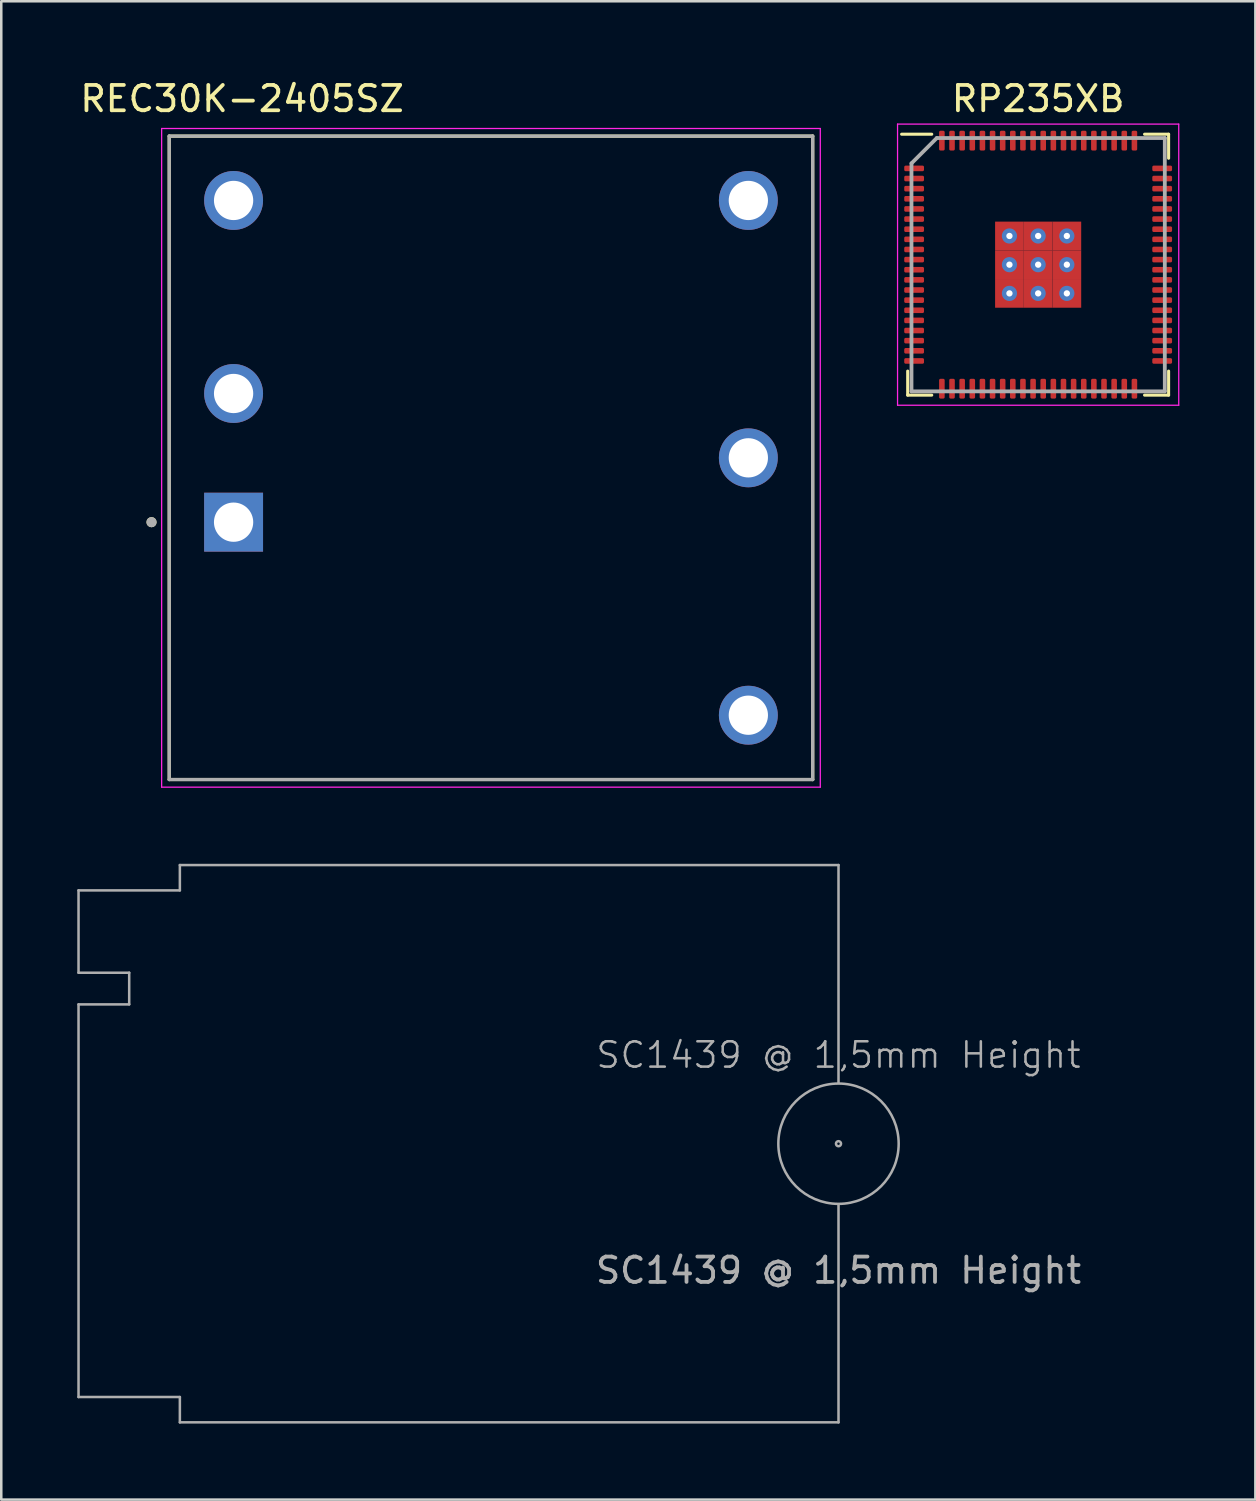
<source format=kicad_pcb>
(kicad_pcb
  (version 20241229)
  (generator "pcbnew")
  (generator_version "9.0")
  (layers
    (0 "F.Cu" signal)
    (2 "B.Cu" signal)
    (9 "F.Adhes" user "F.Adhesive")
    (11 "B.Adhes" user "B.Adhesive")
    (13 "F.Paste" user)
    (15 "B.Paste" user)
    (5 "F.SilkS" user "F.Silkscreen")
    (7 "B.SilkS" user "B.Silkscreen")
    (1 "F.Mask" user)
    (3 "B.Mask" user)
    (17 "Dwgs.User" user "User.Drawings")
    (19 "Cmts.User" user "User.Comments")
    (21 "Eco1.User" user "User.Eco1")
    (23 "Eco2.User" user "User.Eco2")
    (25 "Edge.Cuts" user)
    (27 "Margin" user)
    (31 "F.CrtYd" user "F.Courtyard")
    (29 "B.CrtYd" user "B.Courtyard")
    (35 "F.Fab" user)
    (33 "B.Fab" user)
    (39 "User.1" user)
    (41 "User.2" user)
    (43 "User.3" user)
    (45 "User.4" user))
  (footprint "RP235XB"
    (layer "F.Cu")
    (at 37.931 7.398)
    (property "Reference" "RP235XB" (at 0 -6.55 0) (layer "F.SilkS") (effects (font (size 1 1) (thickness 0.15))))
    (attr smd)
    (fp_line (start -5.15 5.15) (end -5.15 4.2) (stroke (width 0.12) (type default)) (layer "F.SilkS"))
    (fp_line (start -4.2 -5.15) (end -5.39 -5.15) (stroke (width 0.12) (type default)) (layer "F.SilkS"))
    (fp_line (start -4.2 5.15) (end -5.15 5.15) (stroke (width 0.12) (type default)) (layer "F.SilkS"))
    (fp_line (start 4.2 -5.15) (end 5.15 -5.15) (stroke (width 0.12) (type default)) (layer "F.SilkS"))
    (fp_line (start 4.2 5.15) (end 5.15 5.15) (stroke (width 0.12) (type default)) (layer "F.SilkS"))
    (fp_line (start 5.15 -5.15) (end 5.15 -4.2) (stroke (width 0.12) (type default)) (layer "F.SilkS"))
    (fp_line (start 5.15 5.15) (end 5.15 4.2) (stroke (width 0.12) (type default)) (layer "F.SilkS"))
    (fp_line (start -5.55 -5.55) (end 5.55 -5.55) (stroke (width 0.05) (type default)) (layer "F.CrtYd"))
    (fp_line (start -5.55 5.55) (end -5.55 -5.55) (stroke (width 0.05) (type default)) (layer "F.CrtYd"))
    (fp_line (start 5.55 -5.55) (end 5.55 5.55) (stroke (width 0.05) (type default)) (layer "F.CrtYd"))
    (fp_line (start 5.55 5.55) (end -5.55 5.55) (stroke (width 0.05) (type default)) (layer "F.CrtYd"))
    (fp_line (start -5 -4) (end -5 5) (stroke (width 0.15) (type default)) (layer "F.Fab"))
    (fp_line (start -5 5) (end 5 5) (stroke (width 0.15) (type default)) (layer "F.Fab"))
    (fp_line (start -4 -5) (end -5 -4) (stroke (width 0.15) (type default)) (layer "F.Fab"))
    (fp_line (start 5 -5) (end -4 -5) (stroke (width 0.15) (type default)) (layer "F.Fab"))
    (fp_line (start 5 5) (end 5 -5) (stroke (width 0.15) (type default)) (layer "F.Fab"))
    (pad "" smd roundrect (at -0.7 -0.7) (size 1.2 1.2) (layers "F.Paste") (roundrect_rratio 0.208))
    (pad "" smd roundrect (at -0.7 0.7) (size 1.2 1.2) (layers "F.Paste") (roundrect_rratio 0.208))
    (pad "" smd roundrect (at 0.7 -0.7) (size 1.2 1.2) (layers "F.Paste") (roundrect_rratio 0.208))
    (pad "" smd roundrect (at 0.7 0.7) (size 1.2 1.2) (layers "F.Paste") (roundrect_rratio 0.208))
    (pad "1" smd roundrect (at -4.896 -3.8 90) (size 0.22 0.78) (layers "F.Cu" "F.Mask" "F.Paste") (roundrect_rratio 0.25))
    (pad "2" smd roundrect (at -4.896 -3.4 90) (size 0.22 0.78) (layers "F.Cu" "F.Mask" "F.Paste") (roundrect_rratio 0.25))
    (pad "3" smd roundrect (at -4.896 -3 90) (size 0.22 0.78) (layers "F.Cu" "F.Mask" "F.Paste") (roundrect_rratio 0.25))
    (pad "4" smd roundrect (at -4.896 -2.6 90) (size 0.22 0.78) (layers "F.Cu" "F.Mask" "F.Paste") (roundrect_rratio 0.25))
    (pad "5" smd roundrect (at -4.896 -2.2 90) (size 0.22 0.78) (layers "F.Cu" "F.Mask" "F.Paste") (roundrect_rratio 0.25))
    (pad "6" smd roundrect (at -4.896 -1.8 90) (size 0.22 0.78) (layers "F.Cu" "F.Mask" "F.Paste") (roundrect_rratio 0.25))
    (pad "7" smd roundrect (at -4.896 -1.4 90) (size 0.22 0.78) (layers "F.Cu" "F.Mask" "F.Paste") (roundrect_rratio 0.25))
    (pad "8" smd roundrect (at -4.896 -1 90) (size 0.22 0.78) (layers "F.Cu" "F.Mask" "F.Paste") (roundrect_rratio 0.25))
    (pad "9" smd roundrect (at -4.896 -0.6 90) (size 0.22 0.78) (layers "F.Cu" "F.Mask" "F.Paste") (roundrect_rratio 0.25))
    (pad "10" smd roundrect (at -4.896 -0.2 90) (size 0.22 0.78) (layers "F.Cu" "F.Mask" "F.Paste") (roundrect_rratio 0.25))
    (pad "11" smd roundrect (at -4.896 0.2 90) (size 0.22 0.78) (layers "F.Cu" "F.Mask" "F.Paste") (roundrect_rratio 0.25))
    (pad "12" smd roundrect (at -4.896 0.6 90) (size 0.22 0.78) (layers "F.Cu" "F.Mask" "F.Paste") (roundrect_rratio 0.25))
    (pad "13" smd roundrect (at -4.896 1 90) (size 0.22 0.78) (layers "F.Cu" "F.Mask" "F.Paste") (roundrect_rratio 0.25))
    (pad "14" smd roundrect (at -4.896 1.4 90) (size 0.22 0.78) (layers "F.Cu" "F.Mask" "F.Paste") (roundrect_rratio 0.25))
    (pad "15" smd roundrect (at -4.896 1.8 90) (size 0.22 0.78) (layers "F.Cu" "F.Mask" "F.Paste") (roundrect_rratio 0.25))
    (pad "16" smd roundrect (at -4.896 2.2 90) (size 0.22 0.78) (layers "F.Cu" "F.Mask" "F.Paste") (roundrect_rratio 0.25))
    (pad "17" smd roundrect (at -4.896 2.6 90) (size 0.22 0.78) (layers "F.Cu" "F.Mask" "F.Paste") (roundrect_rratio 0.25))
    (pad "18" smd roundrect (at -4.896 3 90) (size 0.22 0.78) (layers "F.Cu" "F.Mask" "F.Paste") (roundrect_rratio 0.25))
    (pad "19" smd roundrect (at -4.896 3.4 90) (size 0.22 0.78) (layers "F.Cu" "F.Mask" "F.Paste") (roundrect_rratio 0.25))
    (pad "20" smd roundrect (at -4.896 3.8 90) (size 0.22 0.78) (layers "F.Cu" "F.Mask" "F.Paste") (roundrect_rratio 0.25))
    (pad "21" smd roundrect (at -3.8 4.896) (size 0.22 0.78) (layers "F.Cu" "F.Mask" "F.Paste") (roundrect_rratio 0.25))
    (pad "22" smd roundrect (at -3.4 4.896) (size 0.22 0.78) (layers "F.Cu" "F.Mask" "F.Paste") (roundrect_rratio 0.25))
    (pad "23" smd roundrect (at -3 4.896) (size 0.22 0.78) (layers "F.Cu" "F.Mask" "F.Paste") (roundrect_rratio 0.25))
    (pad "24" smd roundrect (at -2.6 4.896) (size 0.22 0.78) (layers "F.Cu" "F.Mask" "F.Paste") (roundrect_rratio 0.25))
    (pad "25" smd roundrect (at -2.2 4.896) (size 0.22 0.78) (layers "F.Cu" "F.Mask" "F.Paste") (roundrect_rratio 0.25))
    (pad "26" smd roundrect (at -1.8 4.896) (size 0.22 0.78) (layers "F.Cu" "F.Mask" "F.Paste") (roundrect_rratio 0.25))
    (pad "27" smd roundrect (at -1.4 4.896) (size 0.22 0.78) (layers "F.Cu" "F.Mask" "F.Paste") (roundrect_rratio 0.25))
    (pad "28" smd roundrect (at -1 4.896) (size 0.22 0.78) (layers "F.Cu" "F.Mask" "F.Paste") (roundrect_rratio 0.25))
    (pad "29" smd roundrect (at -0.6 4.896) (size 0.22 0.78) (layers "F.Cu" "F.Mask" "F.Paste") (roundrect_rratio 0.25))
    (pad "30" smd roundrect (at -0.2 4.896) (size 0.22 0.78) (layers "F.Cu" "F.Mask" "F.Paste") (roundrect_rratio 0.25))
    (pad "31" smd roundrect (at 0.2 4.896) (size 0.22 0.78) (layers "F.Cu" "F.Mask" "F.Paste") (roundrect_rratio 0.25))
    (pad "32" smd roundrect (at 0.6 4.896) (size 0.22 0.78) (layers "F.Cu" "F.Mask" "F.Paste") (roundrect_rratio 0.25))
    (pad "33" smd roundrect (at 1 4.896) (size 0.22 0.78) (layers "F.Cu" "F.Mask" "F.Paste") (roundrect_rratio 0.25))
    (pad "34" smd roundrect (at 1.4 4.896) (size 0.22 0.78) (layers "F.Cu" "F.Mask" "F.Paste") (roundrect_rratio 0.25))
    (pad "35" smd roundrect (at 1.8 4.896) (size 0.22 0.78) (layers "F.Cu" "F.Mask" "F.Paste") (roundrect_rratio 0.25))
    (pad "36" smd roundrect (at 2.2 4.896) (size 0.22 0.78) (layers "F.Cu" "F.Mask" "F.Paste") (roundrect_rratio 0.25))
    (pad "37" smd roundrect (at 2.6 4.896) (size 0.22 0.78) (layers "F.Cu" "F.Mask" "F.Paste") (roundrect_rratio 0.25))
    (pad "38" smd roundrect (at 3 4.896) (size 0.22 0.78) (layers "F.Cu" "F.Mask" "F.Paste") (roundrect_rratio 0.25))
    (pad "39" smd roundrect (at 3.4 4.896) (size 0.22 0.78) (layers "F.Cu" "F.Mask" "F.Paste") (roundrect_rratio 0.25))
    (pad "40" smd roundrect (at 3.8 4.896) (size 0.22 0.78) (layers "F.Cu" "F.Mask" "F.Paste") (roundrect_rratio 0.25))
    (pad "41" smd roundrect (at 4.896 3.8 90) (size 0.22 0.78) (layers "F.Cu" "F.Mask" "F.Paste") (roundrect_rratio 0.25))
    (pad "42" smd roundrect (at 4.896 3.4 90) (size 0.22 0.78) (layers "F.Cu" "F.Mask" "F.Paste") (roundrect_rratio 0.25))
    (pad "43" smd roundrect (at 4.896 3 90) (size 0.22 0.78) (layers "F.Cu" "F.Mask" "F.Paste") (roundrect_rratio 0.25))
    (pad "44" smd roundrect (at 4.896 2.6 90) (size 0.22 0.78) (layers "F.Cu" "F.Mask" "F.Paste") (roundrect_rratio 0.25))
    (pad "45" smd roundrect (at 4.896 2.2 90) (size 0.22 0.78) (layers "F.Cu" "F.Mask" "F.Paste") (roundrect_rratio 0.25))
    (pad "46" smd roundrect (at 4.896 1.8 90) (size 0.22 0.78) (layers "F.Cu" "F.Mask" "F.Paste") (roundrect_rratio 0.25))
    (pad "47" smd roundrect (at 4.896 1.4 90) (size 0.22 0.78) (layers "F.Cu" "F.Mask" "F.Paste") (roundrect_rratio 0.25))
    (pad "48" smd roundrect (at 4.896 1 90) (size 0.22 0.78) (layers "F.Cu" "F.Mask" "F.Paste") (roundrect_rratio 0.25))
    (pad "49" smd roundrect (at 4.896 0.6 90) (size 0.22 0.78) (layers "F.Cu" "F.Mask" "F.Paste") (roundrect_rratio 0.25))
    (pad "50" smd roundrect (at 4.896 0.2 90) (size 0.22 0.78) (layers "F.Cu" "F.Mask" "F.Paste") (roundrect_rratio 0.25))
    (pad "51" smd roundrect (at 4.896 -0.2 90) (size 0.22 0.78) (layers "F.Cu" "F.Mask" "F.Paste") (roundrect_rratio 0.25))
    (pad "52" smd roundrect (at 4.896 -0.6 90) (size 0.22 0.78) (layers "F.Cu" "F.Mask" "F.Paste") (roundrect_rratio 0.25))
    (pad "53" smd roundrect (at 4.896 -1 90) (size 0.22 0.78) (layers "F.Cu" "F.Mask" "F.Paste") (roundrect_rratio 0.25))
    (pad "54" smd roundrect (at 4.896 -1.4 90) (size 0.22 0.78) (layers "F.Cu" "F.Mask" "F.Paste") (roundrect_rratio 0.25))
    (pad "55" smd roundrect (at 4.896 -1.8 90) (size 0.22 0.78) (layers "F.Cu" "F.Mask" "F.Paste") (roundrect_rratio 0.25))
    (pad "56" smd roundrect (at 4.896 -2.2 90) (size 0.22 0.78) (layers "F.Cu" "F.Mask" "F.Paste") (roundrect_rratio 0.25))
    (pad "57" smd roundrect (at 4.896 -2.6 90) (size 0.22 0.78) (layers "F.Cu" "F.Mask" "F.Paste") (roundrect_rratio 0.25))
    (pad "58" smd roundrect (at 4.896 -3 90) (size 0.22 0.78) (layers "F.Cu" "F.Mask" "F.Paste") (roundrect_rratio 0.25))
    (pad "59" smd roundrect (at 4.896 -3.4 90) (size 0.22 0.78) (layers "F.Cu" "F.Mask" "F.Paste") (roundrect_rratio 0.25))
    (pad "60" smd roundrect (at 4.896 -3.8 90) (size 0.22 0.78) (layers "F.Cu" "F.Mask" "F.Paste") (roundrect_rratio 0.25))
    (pad "61" smd roundrect (at 3.8 -4.896) (size 0.22 0.78) (layers "F.Cu" "F.Mask" "F.Paste") (roundrect_rratio 0.25))
    (pad "62" smd roundrect (at 3.4 -4.896) (size 0.22 0.78) (layers "F.Cu" "F.Mask" "F.Paste") (roundrect_rratio 0.25))
    (pad "63" smd roundrect (at 3 -4.896) (size 0.22 0.78) (layers "F.Cu" "F.Mask" "F.Paste") (roundrect_rratio 0.25))
    (pad "64" smd roundrect (at 2.6 -4.896) (size 0.22 0.78) (layers "F.Cu" "F.Mask" "F.Paste") (roundrect_rratio 0.25))
    (pad "65" smd roundrect (at 2.2 -4.896) (size 0.22 0.78) (layers "F.Cu" "F.Mask" "F.Paste") (roundrect_rratio 0.25))
    (pad "66" smd roundrect (at 1.8 -4.896) (size 0.22 0.78) (layers "F.Cu" "F.Mask" "F.Paste") (roundrect_rratio 0.25))
    (pad "67" smd roundrect (at 1.4 -4.896) (size 0.22 0.78) (layers "F.Cu" "F.Mask" "F.Paste") (roundrect_rratio 0.25))
    (pad "68" smd roundrect (at 1 -4.896) (size 0.22 0.78) (layers "F.Cu" "F.Mask" "F.Paste") (roundrect_rratio 0.25))
    (pad "69" smd roundrect (at 0.6 -4.896) (size 0.22 0.78) (layers "F.Cu" "F.Mask" "F.Paste") (roundrect_rratio 0.25))
    (pad "70" smd roundrect (at 0.2 -4.896) (size 0.22 0.78) (layers "F.Cu" "F.Mask" "F.Paste") (roundrect_rratio 0.25))
    (pad "71" smd roundrect (at -0.2 -4.896) (size 0.22 0.78) (layers "F.Cu" "F.Mask" "F.Paste") (roundrect_rratio 0.25))
    (pad "72" smd roundrect (at -0.6 -4.896) (size 0.22 0.78) (layers "F.Cu" "F.Mask" "F.Paste") (roundrect_rratio 0.25))
    (pad "73" smd roundrect (at -1 -4.896) (size 0.22 0.78) (layers "F.Cu" "F.Mask" "F.Paste") (roundrect_rratio 0.25))
    (pad "74" smd roundrect (at -1.4 -4.896) (size 0.22 0.78) (layers "F.Cu" "F.Mask" "F.Paste") (roundrect_rratio 0.25))
    (pad "75" smd roundrect (at -1.8 -4.896) (size 0.22 0.78) (layers "F.Cu" "F.Mask" "F.Paste") (roundrect_rratio 0.25))
    (pad "76" smd roundrect (at -2.2 -4.896) (size 0.22 0.78) (layers "F.Cu" "F.Mask" "F.Paste") (roundrect_rratio 0.25))
    (pad "77" smd roundrect (at -2.6 -4.896) (size 0.22 0.78) (layers "F.Cu" "F.Mask" "F.Paste") (roundrect_rratio 0.25))
    (pad "78" smd roundrect (at -3 -4.896) (size 0.22 0.78) (layers "F.Cu" "F.Mask" "F.Paste") (roundrect_rratio 0.25))
    (pad "79" smd roundrect (at -3.4 -4.896) (size 0.22 0.78) (layers "F.Cu" "F.Mask" "F.Paste") (roundrect_rratio 0.25))
    (pad "80" smd roundrect (at -3.8 -4.896) (size 0.22 0.78) (layers "F.Cu" "F.Mask" "F.Paste") (roundrect_rratio 0.25))
    (pad "81" thru_hole circle (at -1.133 -1.133) (size 0.6 0.6) (drill 0.25) (layers "*.Cu" "*.Mask"))
    (pad "81" smd rect (at -1.133 -1.133) (size 1.133 1.133) (layers "F.Cu" "F.Mask" "F.Paste"))
    (pad "81" thru_hole circle (at -1.133 0) (size 0.6 0.6) (drill 0.25) (layers "*.Cu" "*.Mask"))
    (pad "81" smd rect (at -1.133 0) (size 1.133 1.133) (layers "F.Cu" "F.Mask" "F.Paste"))
    (pad "81" thru_hole circle (at -1.133 1.133) (size 0.6 0.6) (drill 0.25) (layers "*.Cu" "*.Mask"))
    (pad "81" smd rect (at -1.133 1.133) (size 1.133 1.133) (layers "F.Cu" "F.Mask" "F.Paste"))
    (pad "81" thru_hole circle (at 0 -1.133) (size 0.6 0.6) (drill 0.25) (layers "*.Cu" "*.Mask"))
    (pad "81" smd rect (at 0 -1.133) (size 1.133 1.133) (layers "F.Cu" "F.Mask" "F.Paste"))
    (pad "81" thru_hole circle (at 0 0) (size 0.6 0.6) (drill 0.25) (layers "*.Cu" "*.Mask"))
    (pad "81" smd rect (at 0 0) (size 1.133 1.133) (layers "F.Cu" "F.Mask" "F.Paste"))
    (pad "81" thru_hole circle (at 0 1.133) (size 0.6 0.6) (drill 0.25) (layers "*.Cu" "*.Mask"))
    (pad "81" smd rect (at 0 1.133) (size 1.133 1.133) (layers "F.Cu" "F.Mask" "F.Paste"))
    (pad "81" thru_hole circle (at 1.133 -1.133) (size 0.6 0.6) (drill 0.25) (layers "*.Cu" "*.Mask"))
    (pad "81" smd rect (at 1.133 -1.133) (size 1.133 1.133) (layers "F.Cu" "F.Mask" "F.Paste"))
    (pad "81" thru_hole circle (at 1.133 0) (size 0.6 0.6) (drill 0.25) (layers "*.Cu" "*.Mask"))
    (pad "81" smd rect (at 1.133 0) (size 1.133 1.133) (layers "F.Cu" "F.Mask" "F.Paste"))
    (pad "81" thru_hole circle (at 1.133 1.133) (size 0.6 0.6) (drill 0.25) (layers "*.Cu" "*.Mask"))
    (pad "81" smd rect (at 1.133 1.133) (size 1.133 1.133) (layers "F.Cu" "F.Mask" "F.Paste")))
  (footprint "REC30K-2405SZ"
    (layer "F.Cu")
    (at 16.331 15.023)
    (property "Reference" "REC30K-2405SZ" (at -9.825 -14.175 0) (layer "F.SilkS") (effects (font (size 1 1) (thickness 0.15))))
    (attr through_hole)
    (fp_line (start -12.7 -12.7) (end -12.7 12.7) (stroke (width 0.127) (type solid)) (layer "F.SilkS"))
    (fp_line (start -12.7 12.7) (end 12.7 12.7) (stroke (width 0.127) (type solid)) (layer "F.SilkS"))
    (fp_line (start 12.7 -12.7) (end -12.7 -12.7) (stroke (width 0.127) (type solid)) (layer "F.SilkS"))
    (fp_line (start 12.7 12.7) (end 12.7 -12.7) (stroke (width 0.127) (type solid)) (layer "F.SilkS"))
    (fp_circle (center -13.4 2.54) (end -13.3 2.54) (stroke (width 0.2) (type solid)) (fill no) (layer "F.SilkS"))
    (fp_line (start -13 -13) (end -13 13) (stroke (width 0.05) (type solid)) (layer "F.CrtYd"))
    (fp_line (start -13 13) (end 13 13) (stroke (width 0.05) (type solid)) (layer "F.CrtYd"))
    (fp_line (start 13 -13) (end -13 -13) (stroke (width 0.05) (type solid)) (layer "F.CrtYd"))
    (fp_line (start 13 13) (end 13 -13) (stroke (width 0.05) (type solid)) (layer "F.CrtYd"))
    (fp_line (start -12.7 -12.7) (end -12.7 12.7) (stroke (width 0.127) (type solid)) (layer "F.Fab"))
    (fp_line (start -12.7 12.7) (end 12.7 12.7) (stroke (width 0.127) (type solid)) (layer "F.Fab"))
    (fp_line (start 12.7 -12.7) (end -12.7 -12.7) (stroke (width 0.127) (type solid)) (layer "F.Fab"))
    (fp_line (start 12.7 12.7) (end 12.7 -12.7) (stroke (width 0.127) (type solid)) (layer "F.Fab"))
    (fp_circle (center -13.4 2.54) (end -13.3 2.54) (stroke (width 0.2) (type solid)) (fill no) (layer "F.Fab"))
    (pad "1" thru_hole rect (at -10.16 2.54) (size 2.325 2.325) (drill 1.55) (layers "*.Cu" "*.Mask"))
    (pad "2" thru_hole circle (at -10.16 -2.54) (size 2.325 2.325) (drill 1.55) (layers "*.Cu" "*.Mask"))
    (pad "3" thru_hole circle (at -10.16 -10.16) (size 2.325 2.325) (drill 1.55) (layers "*.Cu" "*.Mask"))
    (pad "4" thru_hole circle (at 10.16 -10.16) (size 2.325 2.325) (drill 1.55) (layers "*.Cu" "*.Mask"))
    (pad "5" thru_hole circle (at 10.16 0) (size 2.325 2.325) (drill 1.55) (layers "*.Cu" "*.Mask"))
    (pad "6" thru_hole circle (at 10.16 10.16) (size 2.325 2.325) (drill 1.55) (layers "*.Cu" "*.Mask")))
  (footprint "SC1439 @ 1,5mm Height"
    (layer "F.Cu")
    (at 30.05 42.098)
    (property "Reference" "SC1439 @ 1,5mm Height" (at 0 -3.5 0) (unlocked yes) (layer "F.Fab") (effects (font (size 1 1) (thickness 0.1))))
    (attr smd)
    (fp_line (start -30 -6.75) (end -30 -10) (stroke (width 0.1) (type solid)) (layer "F.Fab"))
    (fp_line (start -30 -5.5) (end -30 10) (stroke (width 0.1) (type solid)) (layer "F.Fab"))
    (fp_line (start -30 -5.5) (end -28 -5.5) (stroke (width 0.1) (type solid)) (layer "F.Fab"))
    (fp_line (start -28 -6.75) (end -30 -6.75) (stroke (width 0.1) (type solid)) (layer "F.Fab"))
    (fp_line (start -28 -5.5) (end -28 -6.75) (stroke (width 0.1) (type solid)) (layer "F.Fab"))
    (fp_line (start -26 -11) (end -26 -10) (stroke (width 0.1) (type solid)) (layer "F.Fab"))
    (fp_line (start -26 -11) (end 0 -11) (stroke (width 0.1) (type solid)) (layer "F.Fab"))
    (fp_line (start -26 -10) (end -30 -10) (stroke (width 0.1) (type solid)) (layer "F.Fab"))
    (fp_line (start -26 10) (end -30 10) (stroke (width 0.1) (type solid)) (layer "F.Fab"))
    (fp_line (start -26 11) (end -26 10) (stroke (width 0.1) (type solid)) (layer "F.Fab"))
    (fp_line (start 0 -11) (end 0 -2.4) (stroke (width 0.1) (type solid)) (layer "F.Fab"))
    (fp_line (start 0 11) (end -26 11) (stroke (width 0.1) (type solid)) (layer "F.Fab"))
    (fp_line (start 0 11) (end 0 2.4) (stroke (width 0.1) (type solid)) (layer "F.Fab"))
    (fp_circle (center 0 0) (end 0.1 0) (stroke (width 0.1) (type solid)) (fill no) (layer "F.Fab"))
    (fp_circle (center 0 0) (end 2.375 0) (stroke (width 0.1) (type solid)) (fill no) (layer "F.Fab"))
    (fp_text user "${REFERENCE}" (at 0 5 0) (unlocked yes) (layer "F.Fab") (effects (font (size 1 1) (thickness 0.15)))))
  (gr_rect
    (start -3 -3)
    (end 46.506 56.148)
    (stroke (width 0.1) (type default))
    (fill no)
    (layer "Edge.Cuts")))
</source>
